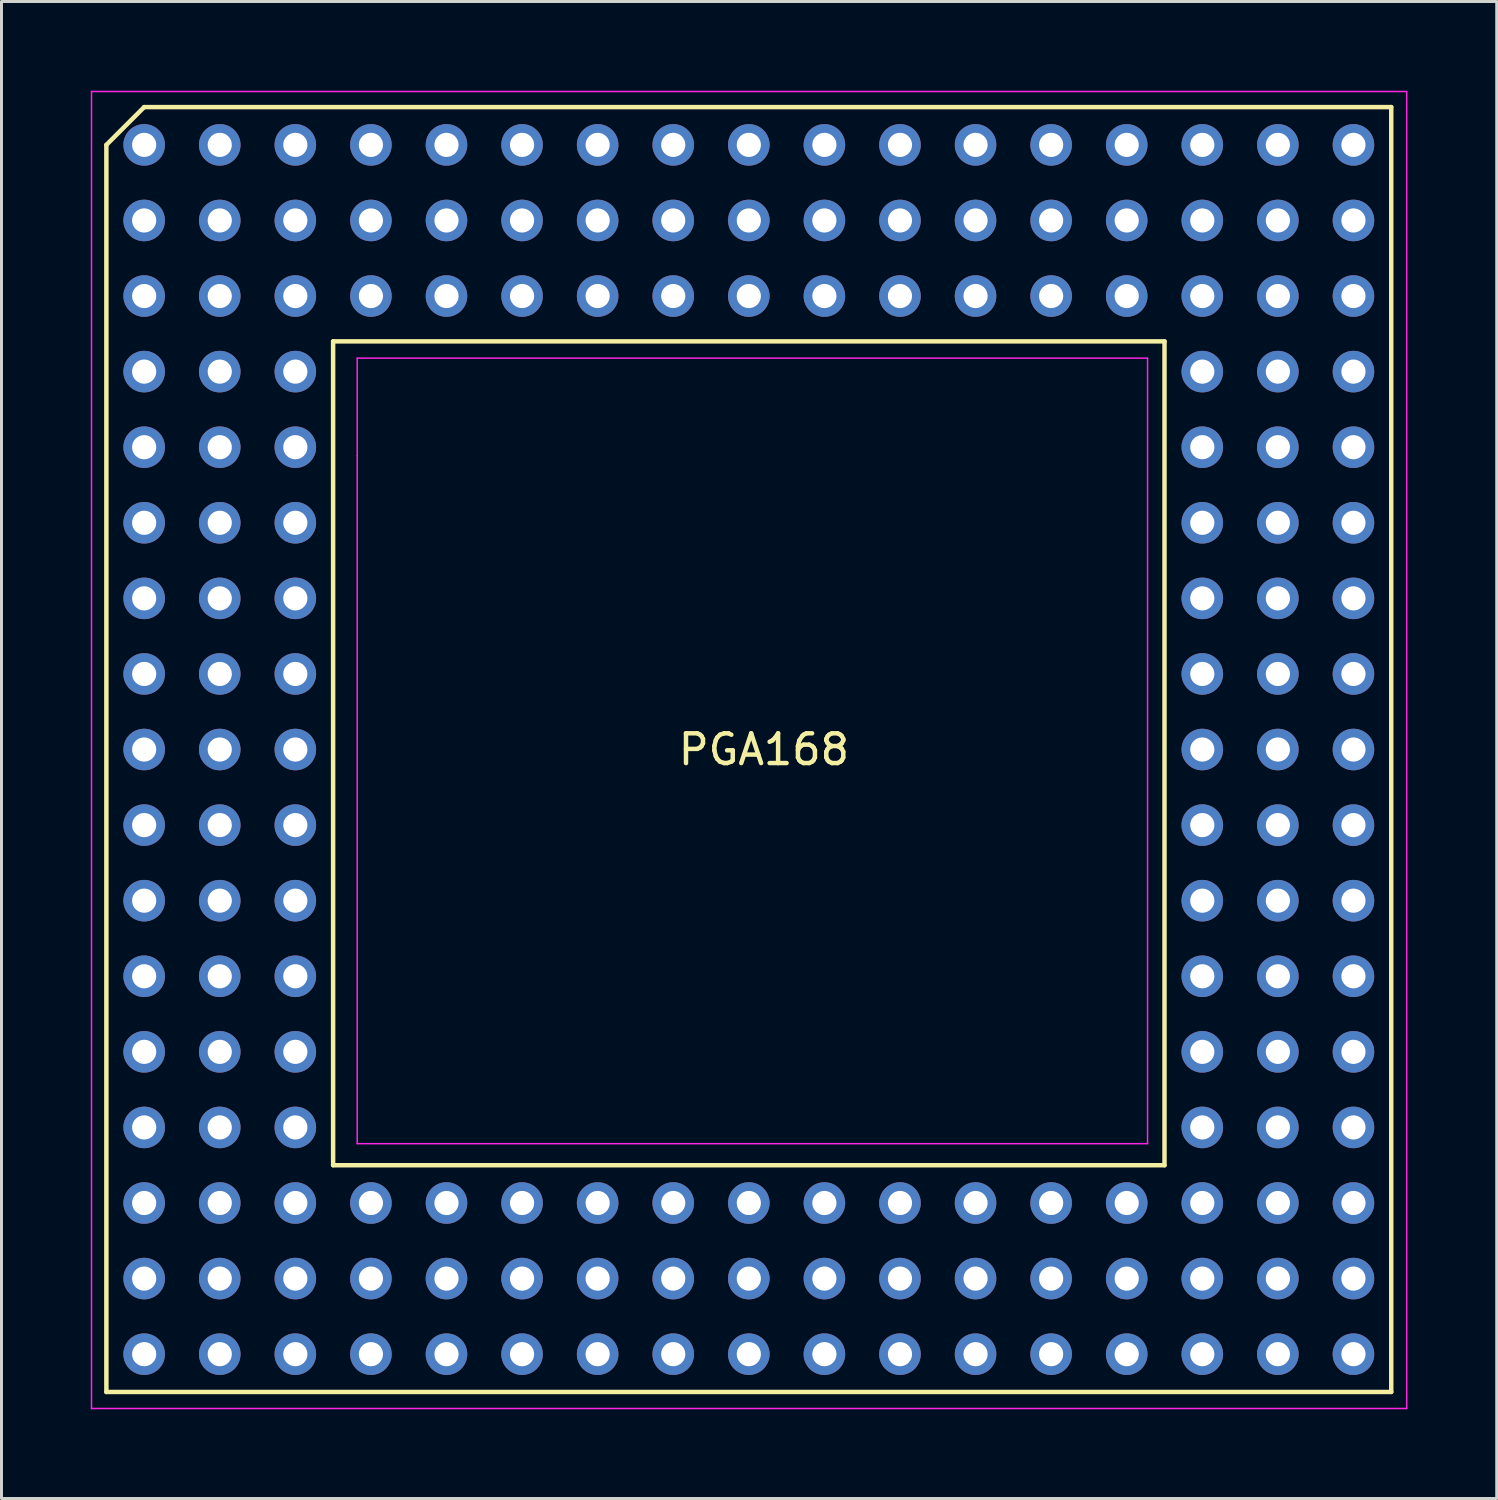
<source format=kicad_pcb>
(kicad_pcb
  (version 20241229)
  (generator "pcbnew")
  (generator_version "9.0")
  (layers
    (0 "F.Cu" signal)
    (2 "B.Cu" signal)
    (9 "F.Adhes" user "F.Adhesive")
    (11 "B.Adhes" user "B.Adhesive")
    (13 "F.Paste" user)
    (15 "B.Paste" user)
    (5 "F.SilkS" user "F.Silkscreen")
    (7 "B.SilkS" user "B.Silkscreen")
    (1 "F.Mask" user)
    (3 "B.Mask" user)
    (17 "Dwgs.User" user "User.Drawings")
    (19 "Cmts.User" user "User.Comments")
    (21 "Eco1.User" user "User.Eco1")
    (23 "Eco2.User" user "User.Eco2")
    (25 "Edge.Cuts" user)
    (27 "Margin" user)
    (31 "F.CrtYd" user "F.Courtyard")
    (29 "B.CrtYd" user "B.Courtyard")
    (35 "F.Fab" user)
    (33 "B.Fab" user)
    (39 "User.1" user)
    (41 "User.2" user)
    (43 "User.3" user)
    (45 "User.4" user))
  (footprint "PGA168"
    (layer "F.Cu")
    (at 22.115 21.885)
    (property "Reference" "PGA168" (at 0.508 0.254 0) (layer "F.SilkS") (effects (font (size 1 1) (thickness 0.15))))
    (attr through_hole)
    (fp_line (start -21.59 -20.066) (end -20.32 -21.336) (stroke (width 0.15) (type solid)) (layer "F.SilkS"))
    (fp_line (start -21.59 21.844) (end -21.59 -20.066) (stroke (width 0.15) (type solid)) (layer "F.SilkS"))
    (fp_line (start -20.32 -21.336) (end 21.59 -21.336) (stroke (width 0.15) (type solid)) (layer "F.SilkS"))
    (fp_line (start -13.97 -13.462) (end 13.97 -13.462) (stroke (width 0.15) (type solid)) (layer "F.SilkS"))
    (fp_line (start -13.97 14.224) (end -13.97 -13.462) (stroke (width 0.15) (type solid)) (layer "F.SilkS"))
    (fp_line (start 13.97 -13.462) (end 13.97 14.224) (stroke (width 0.15) (type solid)) (layer "F.SilkS"))
    (fp_line (start 13.97 14.224) (end -13.97 14.224) (stroke (width 0.15) (type solid)) (layer "F.SilkS"))
    (fp_line (start 21.59 -21.336) (end 21.59 21.844) (stroke (width 0.15) (type solid)) (layer "F.SilkS"))
    (fp_line (start 21.59 21.844) (end -21.59 21.844) (stroke (width 0.15) (type solid)) (layer "F.SilkS"))
    (fp_line (start -22.09 -21.86) (end -22.09 22.4) (stroke (width 0.05) (type solid)) (layer "F.CrtYd"))
    (fp_line (start -22.09 22.4) (end 22.11 22.4) (stroke (width 0.05) (type solid)) (layer "F.CrtYd"))
    (fp_line (start -13.16 -9.62) (end -13.16 -12.9) (stroke (width 0.05) (type default)) (layer "F.CrtYd"))
    (fp_line (start -13.16 -9.62) (end -13.16 13.5) (stroke (width 0.05) (type solid)) (layer "F.CrtYd"))
    (fp_line (start -13.16 13.5) (end 13.4 13.5) (stroke (width 0.05) (type solid)) (layer "F.CrtYd"))
    (fp_line (start 13.4 -12.9) (end -13.16 -12.9) (stroke (width 0.05) (type solid)) (layer "F.CrtYd"))
    (fp_line (start 13.4 13.5) (end 13.4 -12.9) (stroke (width 0.05) (type solid)) (layer "F.CrtYd"))
    (fp_line (start 22.11 -21.86) (end -22.09 -21.86) (stroke (width 0.05) (type solid)) (layer "F.CrtYd"))
    (fp_line (start 22.11 22.4) (end 22.11 -21.86) (stroke (width 0.05) (type solid)) (layer "F.CrtYd"))
    (pad "A1" thru_hole circle (at -20.32 -20.066) (size 1.397 1.397) (drill 0.813) (layers "*.Cu" "*.Mask"))
    (pad "A2" thru_hole circle (at -17.78 -20.066) (size 1.397 1.397) (drill 0.813) (layers "*.Cu" "*.Mask"))
    (pad "A3" thru_hole circle (at -15.24 -20.066) (size 1.397 1.397) (drill 0.813) (layers "*.Cu" "*.Mask"))
    (pad "A4" thru_hole circle (at -12.7 -20.066) (size 1.397 1.397) (drill 0.813) (layers "*.Cu" "*.Mask"))
    (pad "A5" thru_hole circle (at -10.16 -20.066) (size 1.397 1.397) (drill 0.813) (layers "*.Cu" "*.Mask"))
    (pad "A6" thru_hole circle (at -7.62 -20.066) (size 1.397 1.397) (drill 0.813) (layers "*.Cu" "*.Mask"))
    (pad "A7" thru_hole circle (at -5.08 -20.066) (size 1.397 1.397) (drill 0.813) (layers "*.Cu" "*.Mask"))
    (pad "A8" thru_hole circle (at -2.54 -20.066) (size 1.397 1.397) (drill 0.813) (layers "*.Cu" "*.Mask"))
    (pad "A9" thru_hole circle (at 0 -20.066) (size 1.397 1.397) (drill 0.813) (layers "*.Cu" "*.Mask"))
    (pad "A10" thru_hole circle (at 2.54 -20.066) (size 1.397 1.397) (drill 0.813) (layers "*.Cu" "*.Mask"))
    (pad "A11" thru_hole circle (at 5.08 -20.066) (size 1.397 1.397) (drill 0.813) (layers "*.Cu" "*.Mask"))
    (pad "A12" thru_hole circle (at 7.62 -20.066) (size 1.397 1.397) (drill 0.813) (layers "*.Cu" "*.Mask"))
    (pad "A13" thru_hole circle (at 10.16 -20.066) (size 1.397 1.397) (drill 0.813) (layers "*.Cu" "*.Mask"))
    (pad "A14" thru_hole circle (at 12.7 -20.066) (size 1.397 1.397) (drill 0.813) (layers "*.Cu" "*.Mask"))
    (pad "A15" thru_hole circle (at 15.24 -20.066) (size 1.397 1.397) (drill 0.813) (layers "*.Cu" "*.Mask"))
    (pad "A16" thru_hole circle (at 17.78 -20.066) (size 1.397 1.397) (drill 0.813) (layers "*.Cu" "*.Mask"))
    (pad "A17" thru_hole circle (at 20.32 -20.066) (size 1.397 1.397) (drill 0.813) (layers "*.Cu" "*.Mask"))
    (pad "B1" thru_hole circle (at -20.32 -17.526) (size 1.397 1.397) (drill 0.813) (layers "*.Cu" "*.Mask"))
    (pad "B2" thru_hole circle (at -17.78 -17.526) (size 1.397 1.397) (drill 0.813) (layers "*.Cu" "*.Mask"))
    (pad "B3" thru_hole circle (at -15.24 -17.526) (size 1.397 1.397) (drill 0.813) (layers "*.Cu" "*.Mask"))
    (pad "B4" thru_hole circle (at -12.7 -17.526) (size 1.397 1.397) (drill 0.813) (layers "*.Cu" "*.Mask"))
    (pad "B5" thru_hole circle (at -10.16 -17.526) (size 1.397 1.397) (drill 0.813) (layers "*.Cu" "*.Mask"))
    (pad "B6" thru_hole circle (at -7.62 -17.526) (size 1.397 1.397) (drill 0.813) (layers "*.Cu" "*.Mask"))
    (pad "B7" thru_hole circle (at -5.08 -17.526) (size 1.397 1.397) (drill 0.813) (layers "*.Cu" "*.Mask"))
    (pad "B8" thru_hole circle (at -2.54 -17.526) (size 1.397 1.397) (drill 0.813) (layers "*.Cu" "*.Mask"))
    (pad "B9" thru_hole circle (at 0 -17.526) (size 1.397 1.397) (drill 0.813) (layers "*.Cu" "*.Mask"))
    (pad "B10" thru_hole circle (at 2.54 -17.526) (size 1.397 1.397) (drill 0.813) (layers "*.Cu" "*.Mask"))
    (pad "B11" thru_hole circle (at 5.08 -17.526) (size 1.397 1.397) (drill 0.813) (layers "*.Cu" "*.Mask"))
    (pad "B12" thru_hole circle (at 7.62 -17.526) (size 1.397 1.397) (drill 0.813) (layers "*.Cu" "*.Mask"))
    (pad "B13" thru_hole circle (at 10.16 -17.526) (size 1.397 1.397) (drill 0.813) (layers "*.Cu" "*.Mask"))
    (pad "B14" thru_hole circle (at 12.7 -17.526) (size 1.397 1.397) (drill 0.813) (layers "*.Cu" "*.Mask"))
    (pad "B15" thru_hole circle (at 15.24 -17.526) (size 1.397 1.397) (drill 0.813) (layers "*.Cu" "*.Mask"))
    (pad "B16" thru_hole circle (at 17.78 -17.526) (size 1.397 1.397) (drill 0.813) (layers "*.Cu" "*.Mask"))
    (pad "B17" thru_hole circle (at 20.32 -17.526) (size 1.397 1.397) (drill 0.813) (layers "*.Cu" "*.Mask"))
    (pad "C1" thru_hole circle (at -20.32 -14.986) (size 1.397 1.397) (drill 0.813) (layers "*.Cu" "*.Mask"))
    (pad "C2" thru_hole circle (at -17.78 -14.986) (size 1.397 1.397) (drill 0.813) (layers "*.Cu" "*.Mask"))
    (pad "C3" thru_hole circle (at -15.24 -14.986) (size 1.397 1.397) (drill 0.813) (layers "*.Cu" "*.Mask"))
    (pad "C4" thru_hole circle (at -12.7 -14.986) (size 1.397 1.397) (drill 0.813) (layers "*.Cu" "*.Mask"))
    (pad "C5" thru_hole circle (at -10.16 -14.986) (size 1.397 1.397) (drill 0.813) (layers "*.Cu" "*.Mask"))
    (pad "C6" thru_hole circle (at -7.62 -14.986) (size 1.397 1.397) (drill 0.813) (layers "*.Cu" "*.Mask"))
    (pad "C7" thru_hole circle (at -5.08 -14.986) (size 1.397 1.397) (drill 0.813) (layers "*.Cu" "*.Mask"))
    (pad "C8" thru_hole circle (at -2.54 -14.986) (size 1.397 1.397) (drill 0.813) (layers "*.Cu" "*.Mask"))
    (pad "C9" thru_hole circle (at 0 -14.986) (size 1.397 1.397) (drill 0.813) (layers "*.Cu" "*.Mask"))
    (pad "C10" thru_hole circle (at 2.54 -14.986) (size 1.397 1.397) (drill 0.813) (layers "*.Cu" "*.Mask"))
    (pad "C11" thru_hole circle (at 5.08 -14.986) (size 1.397 1.397) (drill 0.813) (layers "*.Cu" "*.Mask"))
    (pad "C12" thru_hole circle (at 7.62 -14.986) (size 1.397 1.397) (drill 0.813) (layers "*.Cu" "*.Mask"))
    (pad "C13" thru_hole circle (at 10.16 -14.986) (size 1.397 1.397) (drill 0.813) (layers "*.Cu" "*.Mask"))
    (pad "C14" thru_hole circle (at 12.7 -14.986) (size 1.397 1.397) (drill 0.813) (layers "*.Cu" "*.Mask"))
    (pad "C15" thru_hole circle (at 15.24 -14.986) (size 1.397 1.397) (drill 0.813) (layers "*.Cu" "*.Mask"))
    (pad "C16" thru_hole circle (at 17.78 -14.986) (size 1.397 1.397) (drill 0.813) (layers "*.Cu" "*.Mask"))
    (pad "C17" thru_hole circle (at 20.32 -14.986) (size 1.397 1.397) (drill 0.813) (layers "*.Cu" "*.Mask"))
    (pad "D1" thru_hole circle (at -20.32 -12.446) (size 1.397 1.397) (drill 0.813) (layers "*.Cu" "*.Mask"))
    (pad "D2" thru_hole circle (at -17.78 -12.446) (size 1.397 1.397) (drill 0.813) (layers "*.Cu" "*.Mask"))
    (pad "D3" thru_hole circle (at -15.24 -12.446) (size 1.397 1.397) (drill 0.813) (layers "*.Cu" "*.Mask"))
    (pad "D15" thru_hole circle (at 15.24 -12.446) (size 1.397 1.397) (drill 0.813) (layers "*.Cu" "*.Mask"))
    (pad "D16" thru_hole circle (at 17.78 -12.446) (size 1.397 1.397) (drill 0.813) (layers "*.Cu" "*.Mask"))
    (pad "D17" thru_hole circle (at 20.32 -12.446) (size 1.397 1.397) (drill 0.813) (layers "*.Cu" "*.Mask"))
    (pad "E1" thru_hole circle (at -20.32 -9.906) (size 1.397 1.397) (drill 0.813) (layers "*.Cu" "*.Mask"))
    (pad "E2" thru_hole circle (at -17.78 -9.906) (size 1.397 1.397) (drill 0.813) (layers "*.Cu" "*.Mask"))
    (pad "E3" thru_hole circle (at -15.24 -9.906) (size 1.397 1.397) (drill 0.813) (layers "*.Cu" "*.Mask"))
    (pad "E15" thru_hole circle (at 15.24 -9.906) (size 1.397 1.397) (drill 0.813) (layers "*.Cu" "*.Mask"))
    (pad "E16" thru_hole circle (at 17.78 -9.906) (size 1.397 1.397) (drill 0.813) (layers "*.Cu" "*.Mask"))
    (pad "E17" thru_hole circle (at 20.32 -9.906) (size 1.397 1.397) (drill 0.813) (layers "*.Cu" "*.Mask"))
    (pad "F1" thru_hole circle (at -20.32 -7.366) (size 1.397 1.397) (drill 0.813) (layers "*.Cu" "*.Mask"))
    (pad "F2" thru_hole circle (at -17.78 -7.366) (size 1.397 1.397) (drill 0.813) (layers "*.Cu" "*.Mask"))
    (pad "F3" thru_hole circle (at -15.24 -7.366) (size 1.397 1.397) (drill 0.813) (layers "*.Cu" "*.Mask"))
    (pad "F15" thru_hole circle (at 15.24 -7.366) (size 1.397 1.397) (drill 0.813) (layers "*.Cu" "*.Mask"))
    (pad "F16" thru_hole circle (at 17.78 -7.366) (size 1.397 1.397) (drill 0.813) (layers "*.Cu" "*.Mask"))
    (pad "F17" thru_hole circle (at 20.32 -7.366) (size 1.397 1.397) (drill 0.813) (layers "*.Cu" "*.Mask"))
    (pad "G1" thru_hole circle (at -20.32 -4.826) (size 1.397 1.397) (drill 0.813) (layers "*.Cu" "*.Mask"))
    (pad "G2" thru_hole circle (at -17.78 -4.826) (size 1.397 1.397) (drill 0.813) (layers "*.Cu" "*.Mask"))
    (pad "G3" thru_hole circle (at -15.24 -4.826) (size 1.397 1.397) (drill 0.813) (layers "*.Cu" "*.Mask"))
    (pad "G15" thru_hole circle (at 15.24 -4.826) (size 1.397 1.397) (drill 0.813) (layers "*.Cu" "*.Mask"))
    (pad "G16" thru_hole circle (at 17.78 -4.826) (size 1.397 1.397) (drill 0.813) (layers "*.Cu" "*.Mask"))
    (pad "G17" thru_hole circle (at 20.32 -4.826) (size 1.397 1.397) (drill 0.813) (layers "*.Cu" "*.Mask"))
    (pad "H1" thru_hole circle (at -20.32 -2.286) (size 1.397 1.397) (drill 0.813) (layers "*.Cu" "*.Mask"))
    (pad "H2" thru_hole circle (at -17.78 -2.286) (size 1.397 1.397) (drill 0.813) (layers "*.Cu" "*.Mask"))
    (pad "H3" thru_hole circle (at -15.24 -2.286) (size 1.397 1.397) (drill 0.813) (layers "*.Cu" "*.Mask"))
    (pad "H15" thru_hole circle (at 15.24 -2.286) (size 1.397 1.397) (drill 0.813) (layers "*.Cu" "*.Mask"))
    (pad "H16" thru_hole circle (at 17.78 -2.286) (size 1.397 1.397) (drill 0.813) (layers "*.Cu" "*.Mask"))
    (pad "H17" thru_hole circle (at 20.32 -2.286) (size 1.397 1.397) (drill 0.813) (layers "*.Cu" "*.Mask"))
    (pad "J1" thru_hole circle (at -20.32 0.254) (size 1.397 1.397) (drill 0.813) (layers "*.Cu" "*.Mask"))
    (pad "J2" thru_hole circle (at -17.78 0.254) (size 1.397 1.397) (drill 0.813) (layers "*.Cu" "*.Mask"))
    (pad "J3" thru_hole circle (at -15.24 0.254) (size 1.397 1.397) (drill 0.813) (layers "*.Cu" "*.Mask"))
    (pad "J15" thru_hole circle (at 15.24 0.254) (size 1.397 1.397) (drill 0.813) (layers "*.Cu" "*.Mask"))
    (pad "J16" thru_hole circle (at 17.78 0.254) (size 1.397 1.397) (drill 0.813) (layers "*.Cu" "*.Mask"))
    (pad "J17" thru_hole circle (at 20.32 0.254) (size 1.397 1.397) (drill 0.813) (layers "*.Cu" "*.Mask"))
    (pad "K1" thru_hole circle (at -20.32 2.794) (size 1.397 1.397) (drill 0.813) (layers "*.Cu" "*.Mask"))
    (pad "K2" thru_hole circle (at -17.78 2.794) (size 1.397 1.397) (drill 0.813) (layers "*.Cu" "*.Mask"))
    (pad "K3" thru_hole circle (at -15.24 2.794) (size 1.397 1.397) (drill 0.813) (layers "*.Cu" "*.Mask"))
    (pad "K15" thru_hole circle (at 15.24 2.794) (size 1.397 1.397) (drill 0.813) (layers "*.Cu" "*.Mask"))
    (pad "K16" thru_hole circle (at 17.78 2.794) (size 1.397 1.397) (drill 0.813) (layers "*.Cu" "*.Mask"))
    (pad "K17" thru_hole circle (at 20.32 2.794) (size 1.397 1.397) (drill 0.813) (layers "*.Cu" "*.Mask"))
    (pad "L1" thru_hole circle (at -20.32 5.334) (size 1.397 1.397) (drill 0.813) (layers "*.Cu" "*.Mask"))
    (pad "L2" thru_hole circle (at -17.78 5.334) (size 1.397 1.397) (drill 0.813) (layers "*.Cu" "*.Mask"))
    (pad "L3" thru_hole circle (at -15.24 5.334) (size 1.397 1.397) (drill 0.813) (layers "*.Cu" "*.Mask"))
    (pad "L15" thru_hole circle (at 15.24 5.334) (size 1.397 1.397) (drill 0.813) (layers "*.Cu" "*.Mask"))
    (pad "L16" thru_hole circle (at 17.78 5.334) (size 1.397 1.397) (drill 0.813) (layers "*.Cu" "*.Mask"))
    (pad "L17" thru_hole circle (at 20.32 5.334) (size 1.397 1.397) (drill 0.813) (layers "*.Cu" "*.Mask"))
    (pad "M1" thru_hole circle (at -20.32 7.874) (size 1.397 1.397) (drill 0.813) (layers "*.Cu" "*.Mask"))
    (pad "M2" thru_hole circle (at -17.78 7.874) (size 1.397 1.397) (drill 0.813) (layers "*.Cu" "*.Mask"))
    (pad "M3" thru_hole circle (at -15.24 7.874) (size 1.397 1.397) (drill 0.813) (layers "*.Cu" "*.Mask"))
    (pad "M15" thru_hole circle (at 15.24 7.874) (size 1.397 1.397) (drill 0.813) (layers "*.Cu" "*.Mask"))
    (pad "M16" thru_hole circle (at 17.78 7.874) (size 1.397 1.397) (drill 0.813) (layers "*.Cu" "*.Mask"))
    (pad "M17" thru_hole circle (at 20.32 7.874) (size 1.397 1.397) (drill 0.813) (layers "*.Cu" "*.Mask"))
    (pad "N1" thru_hole circle (at -20.32 10.414) (size 1.397 1.397) (drill 0.813) (layers "*.Cu" "*.Mask"))
    (pad "N2" thru_hole circle (at -17.78 10.414) (size 1.397 1.397) (drill 0.813) (layers "*.Cu" "*.Mask"))
    (pad "N3" thru_hole circle (at -15.24 10.414) (size 1.397 1.397) (drill 0.813) (layers "*.Cu" "*.Mask"))
    (pad "N15" thru_hole circle (at 15.24 10.414) (size 1.397 1.397) (drill 0.813) (layers "*.Cu" "*.Mask"))
    (pad "N16" thru_hole circle (at 17.78 10.414) (size 1.397 1.397) (drill 0.813) (layers "*.Cu" "*.Mask"))
    (pad "N17" thru_hole circle (at 20.32 10.414) (size 1.397 1.397) (drill 0.813) (layers "*.Cu" "*.Mask"))
    (pad "P1" thru_hole circle (at -20.32 12.954) (size 1.397 1.397) (drill 0.813) (layers "*.Cu" "*.Mask"))
    (pad "P2" thru_hole circle (at -17.78 12.954) (size 1.397 1.397) (drill 0.813) (layers "*.Cu" "*.Mask"))
    (pad "P3" thru_hole circle (at -15.24 12.954) (size 1.397 1.397) (drill 0.813) (layers "*.Cu" "*.Mask"))
    (pad "P15" thru_hole circle (at 15.24 12.954) (size 1.397 1.397) (drill 0.813) (layers "*.Cu" "*.Mask"))
    (pad "P16" thru_hole circle (at 17.78 12.954) (size 1.397 1.397) (drill 0.813) (layers "*.Cu" "*.Mask"))
    (pad "P17" thru_hole circle (at 20.32 12.954) (size 1.397 1.397) (drill 0.813) (layers "*.Cu" "*.Mask"))
    (pad "Q1" thru_hole circle (at -20.32 15.494) (size 1.397 1.397) (drill 0.813) (layers "*.Cu" "*.Mask"))
    (pad "Q2" thru_hole circle (at -17.78 15.494) (size 1.397 1.397) (drill 0.813) (layers "*.Cu" "*.Mask"))
    (pad "Q3" thru_hole circle (at -15.24 15.494) (size 1.397 1.397) (drill 0.813) (layers "*.Cu" "*.Mask"))
    (pad "Q4" thru_hole circle (at -12.7 15.494) (size 1.397 1.397) (drill 0.813) (layers "*.Cu" "*.Mask"))
    (pad "Q5" thru_hole circle (at -10.16 15.494) (size 1.397 1.397) (drill 0.813) (layers "*.Cu" "*.Mask"))
    (pad "Q6" thru_hole circle (at -7.62 15.494) (size 1.397 1.397) (drill 0.813) (layers "*.Cu" "*.Mask"))
    (pad "Q7" thru_hole circle (at -5.08 15.494) (size 1.397 1.397) (drill 0.813) (layers "*.Cu" "*.Mask"))
    (pad "Q8" thru_hole circle (at -2.54 15.494) (size 1.397 1.397) (drill 0.813) (layers "*.Cu" "*.Mask"))
    (pad "Q9" thru_hole circle (at 0 15.494) (size 1.397 1.397) (drill 0.813) (layers "*.Cu" "*.Mask"))
    (pad "Q10" thru_hole circle (at 2.54 15.494) (size 1.397 1.397) (drill 0.813) (layers "*.Cu" "*.Mask"))
    (pad "Q11" thru_hole circle (at 5.08 15.494) (size 1.397 1.397) (drill 0.813) (layers "*.Cu" "*.Mask"))
    (pad "Q12" thru_hole circle (at 7.62 15.494) (size 1.397 1.397) (drill 0.813) (layers "*.Cu" "*.Mask"))
    (pad "Q13" thru_hole circle (at 10.16 15.494) (size 1.397 1.397) (drill 0.813) (layers "*.Cu" "*.Mask"))
    (pad "Q14" thru_hole circle (at 12.7 15.494) (size 1.397 1.397) (drill 0.813) (layers "*.Cu" "*.Mask"))
    (pad "Q15" thru_hole circle (at 15.24 15.494) (size 1.397 1.397) (drill 0.813) (layers "*.Cu" "*.Mask"))
    (pad "Q16" thru_hole circle (at 17.78 15.494) (size 1.397 1.397) (drill 0.813) (layers "*.Cu" "*.Mask"))
    (pad "Q17" thru_hole circle (at 20.32 15.494) (size 1.397 1.397) (drill 0.813) (layers "*.Cu" "*.Mask"))
    (pad "R1" thru_hole circle (at -20.32 18.034) (size 1.397 1.397) (drill 0.813) (layers "*.Cu" "*.Mask"))
    (pad "R2" thru_hole circle (at -17.78 18.034) (size 1.397 1.397) (drill 0.813) (layers "*.Cu" "*.Mask"))
    (pad "R3" thru_hole circle (at -15.24 18.034) (size 1.397 1.397) (drill 0.813) (layers "*.Cu" "*.Mask"))
    (pad "R4" thru_hole circle (at -12.7 18.034) (size 1.397 1.397) (drill 0.813) (layers "*.Cu" "*.Mask"))
    (pad "R5" thru_hole circle (at -10.16 18.034) (size 1.397 1.397) (drill 0.813) (layers "*.Cu" "*.Mask"))
    (pad "R6" thru_hole circle (at -7.62 18.034) (size 1.397 1.397) (drill 0.813) (layers "*.Cu" "*.Mask"))
    (pad "R7" thru_hole circle (at -5.08 18.034) (size 1.397 1.397) (drill 0.813) (layers "*.Cu" "*.Mask"))
    (pad "R8" thru_hole circle (at -2.54 18.034) (size 1.397 1.397) (drill 0.813) (layers "*.Cu" "*.Mask"))
    (pad "R9" thru_hole circle (at 0 18.034) (size 1.397 1.397) (drill 0.813) (layers "*.Cu" "*.Mask"))
    (pad "R10" thru_hole circle (at 2.54 18.034) (size 1.397 1.397) (drill 0.813) (layers "*.Cu" "*.Mask"))
    (pad "R11" thru_hole circle (at 5.08 18.034) (size 1.397 1.397) (drill 0.813) (layers "*.Cu" "*.Mask"))
    (pad "R12" thru_hole circle (at 7.62 18.034) (size 1.397 1.397) (drill 0.813) (layers "*.Cu" "*.Mask"))
    (pad "R13" thru_hole circle (at 10.16 18.034) (size 1.397 1.397) (drill 0.813) (layers "*.Cu" "*.Mask"))
    (pad "R14" thru_hole circle (at 12.7 18.034) (size 1.397 1.397) (drill 0.813) (layers "*.Cu" "*.Mask"))
    (pad "R15" thru_hole circle (at 15.24 18.034) (size 1.397 1.397) (drill 0.813) (layers "*.Cu" "*.Mask"))
    (pad "R16" thru_hole circle (at 17.78 18.034) (size 1.397 1.397) (drill 0.813) (layers "*.Cu" "*.Mask"))
    (pad "R17" thru_hole circle (at 20.32 18.034) (size 1.397 1.397) (drill 0.813) (layers "*.Cu" "*.Mask"))
    (pad "S1" thru_hole circle (at -20.32 20.574) (size 1.397 1.397) (drill 0.813) (layers "*.Cu" "*.Mask"))
    (pad "S2" thru_hole circle (at -17.78 20.574) (size 1.397 1.397) (drill 0.813) (layers "*.Cu" "*.Mask"))
    (pad "S3" thru_hole circle (at -15.24 20.574) (size 1.397 1.397) (drill 0.813) (layers "*.Cu" "*.Mask"))
    (pad "S4" thru_hole circle (at -12.7 20.574) (size 1.397 1.397) (drill 0.813) (layers "*.Cu" "*.Mask"))
    (pad "S5" thru_hole circle (at -10.16 20.574) (size 1.397 1.397) (drill 0.813) (layers "*.Cu" "*.Mask"))
    (pad "S6" thru_hole circle (at -7.62 20.574) (size 1.397 1.397) (drill 0.813) (layers "*.Cu" "*.Mask"))
    (pad "S7" thru_hole circle (at -5.08 20.574) (size 1.397 1.397) (drill 0.813) (layers "*.Cu" "*.Mask"))
    (pad "S8" thru_hole circle (at -2.54 20.574) (size 1.397 1.397) (drill 0.813) (layers "*.Cu" "*.Mask"))
    (pad "S9" thru_hole circle (at 0 20.574) (size 1.397 1.397) (drill 0.813) (layers "*.Cu" "*.Mask"))
    (pad "S10" thru_hole circle (at 2.54 20.574) (size 1.397 1.397) (drill 0.813) (layers "*.Cu" "*.Mask"))
    (pad "S11" thru_hole circle (at 5.08 20.574) (size 1.397 1.397) (drill 0.813) (layers "*.Cu" "*.Mask"))
    (pad "S12" thru_hole circle (at 7.62 20.574) (size 1.397 1.397) (drill 0.813) (layers "*.Cu" "*.Mask"))
    (pad "S13" thru_hole circle (at 10.16 20.574) (size 1.397 1.397) (drill 0.813) (layers "*.Cu" "*.Mask"))
    (pad "S14" thru_hole circle (at 12.7 20.574) (size 1.397 1.397) (drill 0.813) (layers "*.Cu" "*.Mask"))
    (pad "S15" thru_hole circle (at 15.24 20.574) (size 1.397 1.397) (drill 0.813) (layers "*.Cu" "*.Mask"))
    (pad "S16" thru_hole circle (at 17.78 20.574) (size 1.397 1.397) (drill 0.813) (layers "*.Cu" "*.Mask"))
    (pad "S17" thru_hole circle (at 20.32 20.574) (size 1.397 1.397) (drill 0.813) (layers "*.Cu" "*.Mask")))
  (gr_rect
    (start -3 -3)
    (end 47.25 47.31)
    (stroke (width 0.1) (type default))
    (fill no)
    (layer "Edge.Cuts")))
</source>
